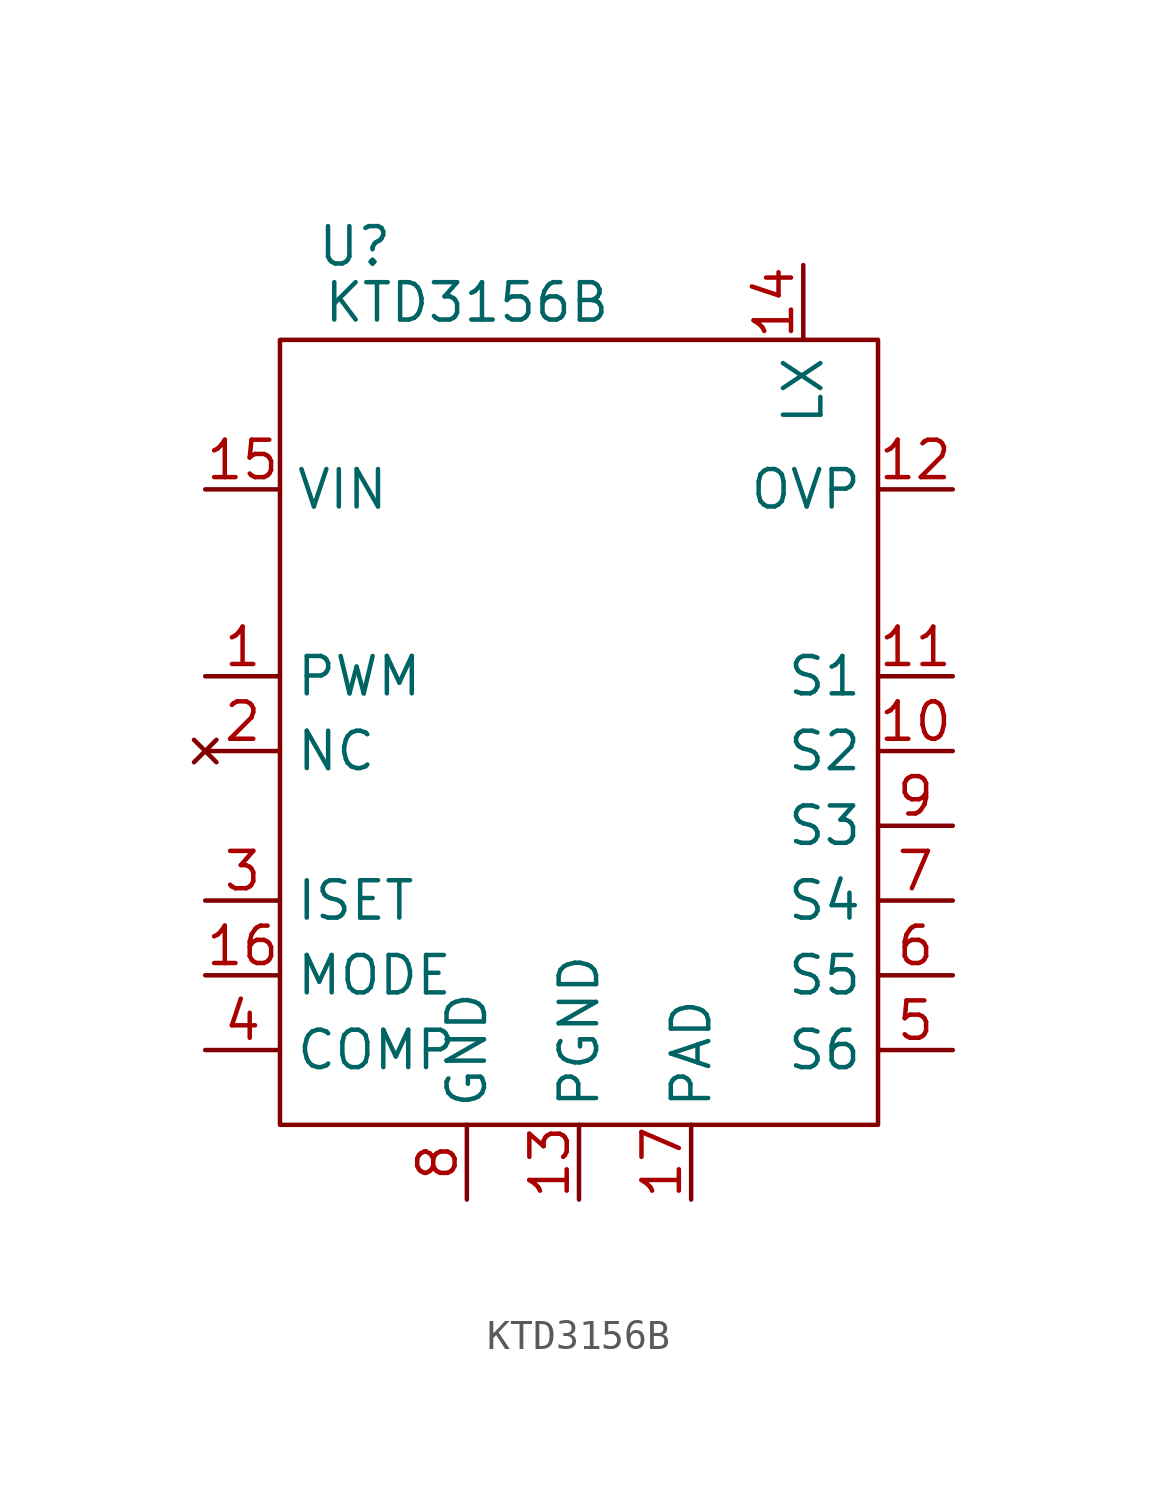
<source format=kicad_sym>
(kicad_symbol_lib
  (version 20220914)
  (generator kicad_symbol_editor)
  (symbol "KTD3156B"
    (property "Reference" "U"
      (at -7.62 18.415 0)
      (effects (font (size 1.27 1.27))))
    (property "Value" "KTD3156B"
      (at -3.81 16.51 0)
      (effects (font (size 1.27 1.27))))
    (symbol "KTD3156B_0_0"
      (pin input line (at -12.7 3.81 0) (length 2.54) (name "PWM" (effects (font (size 1.27 1.27)))) (number "1" (effects (font (size 1.27 1.27)))))
      (pin open_collector line (at 12.7 1.27 180) (length 2.54) (name "S2" (effects (font (size 1.27 1.27)))) (number "10" (effects (font (size 1.27 1.27)))))
      (pin open_collector line (at 12.7 3.81 180) (length 2.54) (name "S1" (effects (font (size 1.27 1.27)))) (number "11" (effects (font (size 1.27 1.27)))))
      (pin input line (at 12.7 10.16 180) (length 2.54) (name "OVP" (effects (font (size 1.27 1.27)))) (number "12" (effects (font (size 1.27 1.27)))))
      (pin passive line (at 0 -13.97 90) (length 2.54) (name "PGND" (effects (font (size 1.27 1.27)))) (number "13" (effects (font (size 1.27 1.27)))))
      (pin input line (at 7.62 17.78 270) (length 2.54) (name "LX" (effects (font (size 1.27 1.27)))) (number "14" (effects (font (size 1.27 1.27)))))
      (pin power_in line (at -12.7 10.16 0) (length 2.54) (name "VIN" (effects (font (size 1.27 1.27)))) (number "15" (effects (font (size 1.27 1.27)))))
      (pin input line (at -12.7 -6.35 0) (length 2.54) (name "MODE" (effects (font (size 1.27 1.27)))) (number "16" (effects (font (size 1.27 1.27)))))
      (pin passive line (at 3.81 -13.97 90) (length 2.54) (name "PAD" (effects (font (size 1.27 1.27)))) (number "17" (effects (font (size 1.27 1.27)))))
      (pin no_connect line (at -12.7 1.27 0) (length 2.54) (name "NC" (effects (font (size 1.27 1.27)))) (number "2" (effects (font (size 1.27 1.27)))))
      (pin input line (at -12.7 -3.81 0) (length 2.54) (name "ISET" (effects (font (size 1.27 1.27)))) (number "3" (effects (font (size 1.27 1.27)))))
      (pin input line (at -12.7 -8.89 0) (length 2.54) (name "COMP" (effects (font (size 1.27 1.27)))) (number "4" (effects (font (size 1.27 1.27)))))
      (pin open_collector line (at 12.7 -8.89 180) (length 2.54) (name "S6" (effects (font (size 1.27 1.27)))) (number "5" (effects (font (size 1.27 1.27)))))
      (pin open_collector line (at 12.7 -6.35 180) (length 2.54) (name "S5" (effects (font (size 1.27 1.27)))) (number "6" (effects (font (size 1.27 1.27)))))
      (pin open_collector line (at 12.7 -3.81 180) (length 2.54) (name "S4" (effects (font (size 1.27 1.27)))) (number "7" (effects (font (size 1.27 1.27)))))
      (pin passive line (at -3.81 -13.97 90) (length 2.54) (name "GND" (effects (font (size 1.27 1.27)))) (number "8" (effects (font (size 1.27 1.27)))))
      (pin open_collector line (at 12.7 -1.27 180) (length 2.54) (name "S3" (effects (font (size 1.27 1.27)))) (number "9" (effects (font (size 1.27 1.27))))))
    (symbol "KTD3156B_0_1"
      (rectangle (start -10.16 15.24) (end 10.16 -11.43) (stroke (width 0) (type default)) (fill (type none))))))
</source>
